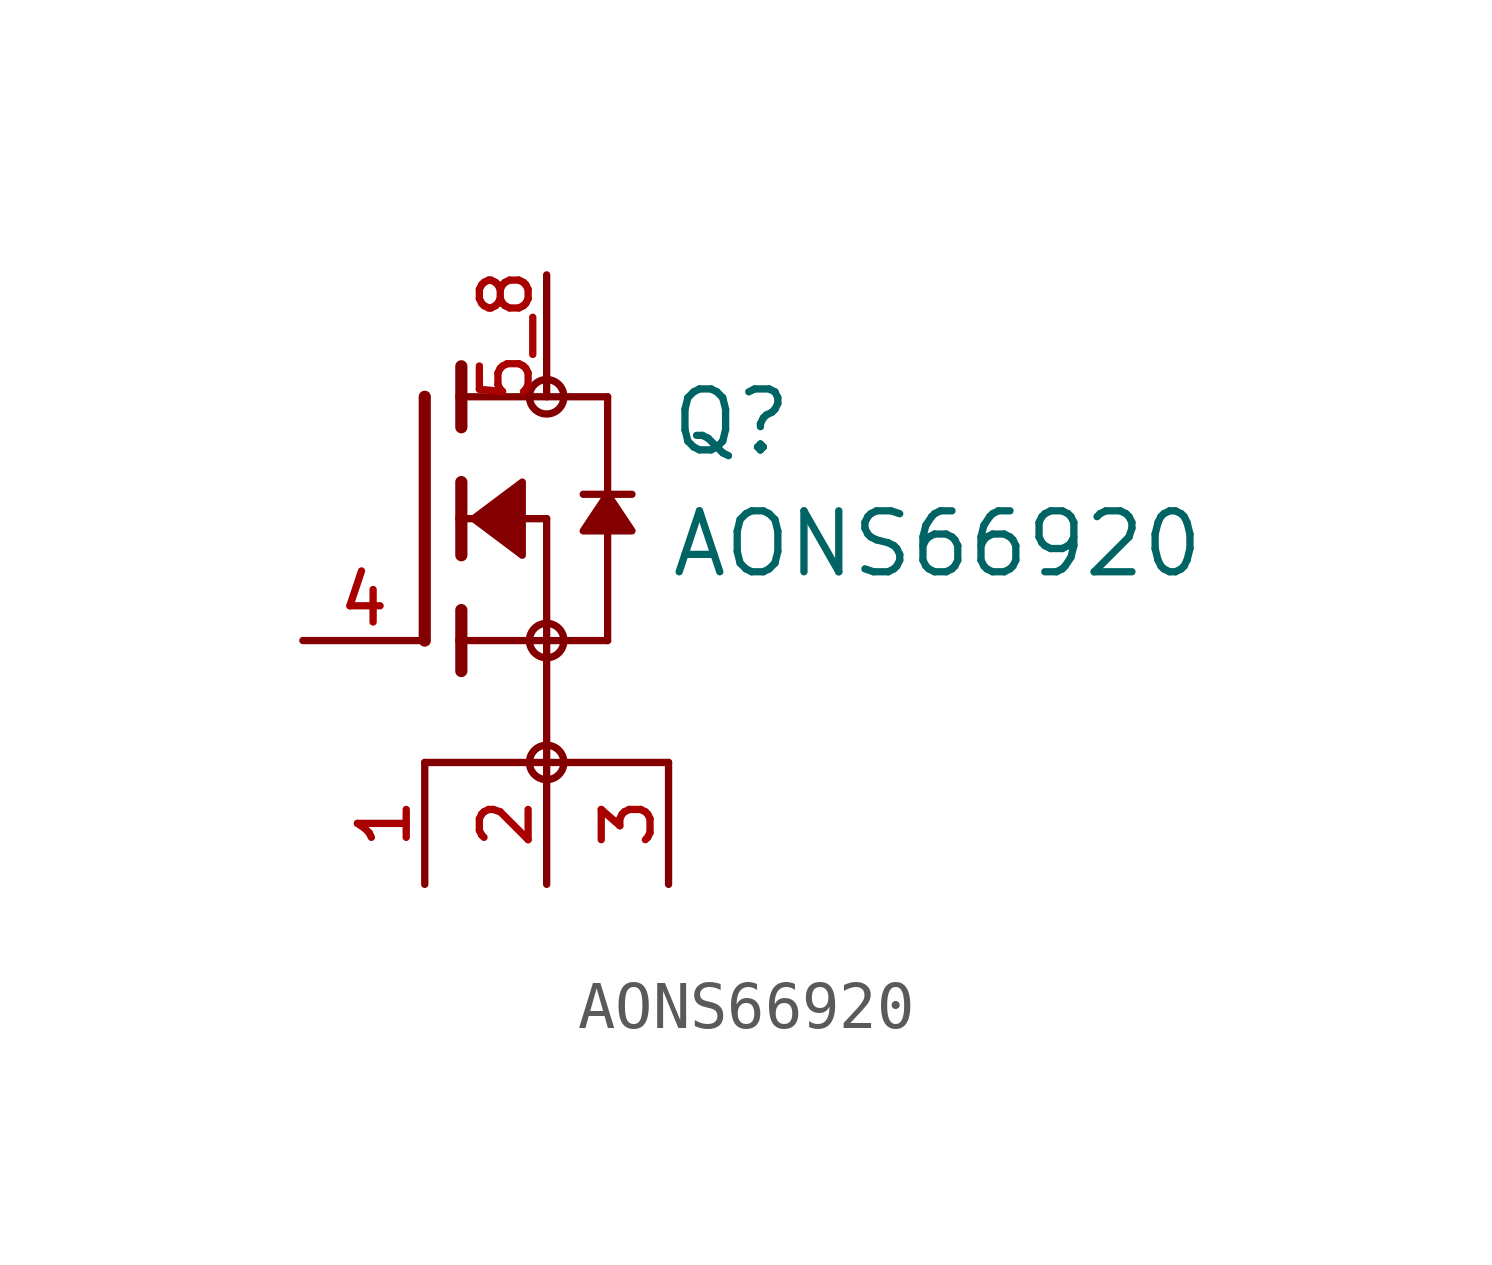
<source format=kicad_sym>
(kicad_symbol_lib
  (version 20211014)
  (generator kicad_symbol_editor)
  (symbol "AONS66920"
    (pin_names
      (offset 1.016))
    (property "Reference" "Q"
      (at 5.08 1.27 0)
      (effects (font (size 1.27 1.27)) (justify bottom left)))
    (property "Value" "AONS66920"
      (at 5.08 -1.27 0)
      (effects (font (size 1.27 1.27)) (justify bottom left)))
    (symbol "AONS66920_0_0"
      (polyline (pts (xy 0.762 0.762) (xy 0.762 0.0)) (stroke (width 0.254)))
      (polyline (pts (xy 0.762 0.0) (xy 0.762 -0.762)) (stroke (width 0.254)))
      (polyline (pts (xy 0.762 3.175) (xy 0.762 2.54)) (stroke (width 0.254)))
      (polyline (pts (xy 0.762 2.54) (xy 0.762 1.905)) (stroke (width 0.254)))
      (polyline (pts (xy 0.762 0.0) (xy 2.54 0.0)) (stroke (width 0.152)))
      (polyline (pts (xy 2.54 0.0) (xy 2.54 -2.54)) (stroke (width 0.152)))
      (polyline (pts (xy 0.762 -1.905) (xy 0.762 -2.54)) (stroke (width 0.254)))
      (polyline (pts (xy 0.762 -2.54) (xy 0.762 -3.175)) (stroke (width 0.254)))
      (polyline (pts (xy 0.0 2.54) (xy 0.0 -2.54)) (stroke (width 0.254)))
      (polyline (pts (xy 2.54 -2.54) (xy 0.762 -2.54)) (stroke (width 0.152)))
      (polyline (pts (xy 3.81 2.54) (xy 3.81 0.508)) (stroke (width 0.152)))
      (polyline (pts (xy 3.81 0.508) (xy 3.81 -2.54)) (stroke (width 0.152)))
      (polyline (pts (xy 2.54 -2.54) (xy 3.81 -2.54)) (stroke (width 0.152)))
      (polyline (pts (xy 0.762 2.54) (xy 3.81 2.54)) (stroke (width 0.152)))
      (polyline (pts (xy 4.318 0.508) (xy 3.81 0.508)) (stroke (width 0.152)))
      (polyline (pts (xy 3.81 0.508) (xy 3.302 0.508)) (stroke (width 0.152)))
      (circle (center 2.54 -2.54) (radius 0.359) (stroke (width 0.0)) (fill (type none)))
      (circle (center 2.54 2.54) (radius 0.359) (stroke (width 0.0)) (fill (type none)))
      (polyline (pts (xy 3.81 0.508) (xy 3.302 -0.254) (xy 4.318 -0.254) (xy 3.81 0.508)) (stroke (width 0.152)) (fill (type outline)))
      (polyline (pts (xy 1.016 0.0) (xy 2.032 0.762) (xy 2.032 -0.762) (xy 1.016 0.0)) (stroke (width 0.152)) (fill (type outline)))
      (polyline (pts (xy 0.0 -5.08) (xy 2.54 -5.08)) (stroke (width 0.152)))
      (polyline (pts (xy 2.54 -5.08) (xy 5.08 -5.08)) (stroke (width 0.152)))
      (polyline (pts (xy 2.54 -2.54) (xy 2.54 -5.08)) (stroke (width 0.152)))
      (circle (center 2.54 -5.08) (radius 0.359) (stroke (width 0.0)) (fill (type none)))
      (pin passive line (at 0.0 -7.62 90.0) (length 2.54) (name "~" (effects (font (size 1.016 1.016)))) (number "1" (effects (font (size 1.016 1.016)))))
      (pin passive line (at -2.54 -2.54 0) (length 2.54) (name "~" (effects (font (size 1.016 1.016)))) (number "4" (effects (font (size 1.016 1.016)))))
      (pin passive line (at 2.54 5.08 270.0) (length 2.54) (name "~" (effects (font (size 1.016 1.016)))) (number "5_8" (effects (font (size 1.016 1.016)))))
      (pin passive line (at 2.54 -7.62 90.0) (length 2.54) (name "~" (effects (font (size 1.016 1.016)))) (number "2" (effects (font (size 1.016 1.016)))))
      (pin passive line (at 5.08 -7.62 90.0) (length 2.54) (name "~" (effects (font (size 1.016 1.016)))) (number "3" (effects (font (size 1.016 1.016))))))))
</source>
